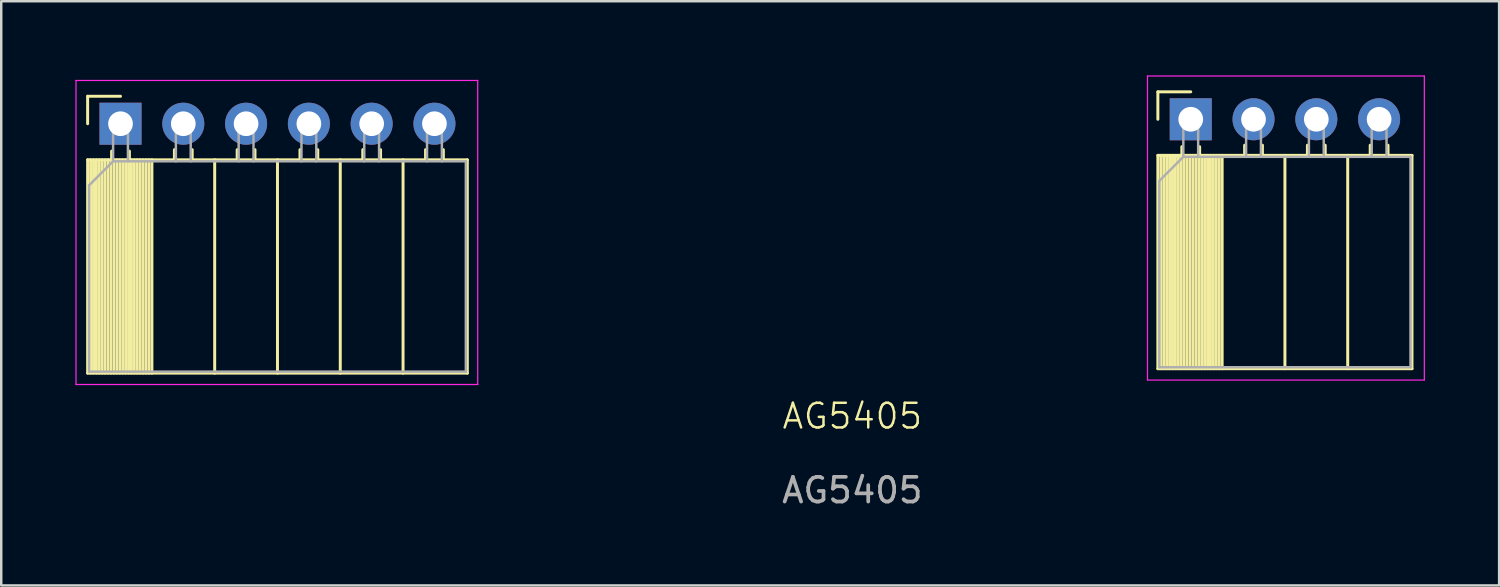
<source format=kicad_pcb>
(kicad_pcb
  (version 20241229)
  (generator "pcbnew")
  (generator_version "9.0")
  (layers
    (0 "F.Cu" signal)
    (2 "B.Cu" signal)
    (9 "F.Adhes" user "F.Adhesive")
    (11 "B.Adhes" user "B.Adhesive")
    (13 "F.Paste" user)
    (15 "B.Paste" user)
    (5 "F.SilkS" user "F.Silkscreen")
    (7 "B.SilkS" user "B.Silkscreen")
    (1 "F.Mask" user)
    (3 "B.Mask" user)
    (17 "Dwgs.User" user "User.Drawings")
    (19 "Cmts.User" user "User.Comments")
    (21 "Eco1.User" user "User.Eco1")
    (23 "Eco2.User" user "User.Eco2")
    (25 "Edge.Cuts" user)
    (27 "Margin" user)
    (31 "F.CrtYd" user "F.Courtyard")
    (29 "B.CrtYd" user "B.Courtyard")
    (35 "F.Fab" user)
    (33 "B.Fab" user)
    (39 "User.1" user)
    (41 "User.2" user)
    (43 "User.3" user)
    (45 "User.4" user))
  (footprint "AG5405"
    (layer "F.Cu")
    (at 31.5 0.885)
    (property "Reference" "AG5405" (at -0.07 12.9 0) (unlocked yes) (layer "F.SilkS") (effects (font (size 1 1) (thickness 0.1))))
    (attr smd)
    (fp_line (start -31.005 -0.04) (end -29.675 -0.04) (stroke (width 0.12) (type solid)) (layer "F.SilkS"))
    (fp_line (start -31.005 1.07) (end -31.005 -0.04) (stroke (width 0.12) (type solid)) (layer "F.SilkS"))
    (fp_line (start -31.005 2.53) (end -15.645 2.53) (stroke (width 0.12) (type solid)) (layer "F.SilkS"))
    (fp_line (start -31.005 11.16) (end -31.005 2.53) (stroke (width 0.12) (type solid)) (layer "F.SilkS"))
    (fp_line (start -31.005 11.16) (end -15.645 11.16) (stroke (width 0.12) (type solid)) (layer "F.SilkS"))
    (fp_line (start -30.885 11.16) (end -30.885 2.53) (stroke (width 0.12) (type solid)) (layer "F.SilkS"))
    (fp_line (start -30.767 11.16) (end -30.767 2.53) (stroke (width 0.12) (type solid)) (layer "F.SilkS"))
    (fp_line (start -30.649 11.16) (end -30.649 2.53) (stroke (width 0.12) (type solid)) (layer "F.SilkS"))
    (fp_line (start -30.531 11.16) (end -30.531 2.53) (stroke (width 0.12) (type solid)) (layer "F.SilkS"))
    (fp_line (start -30.413 11.16) (end -30.413 2.53) (stroke (width 0.12) (type solid)) (layer "F.SilkS"))
    (fp_line (start -30.295 11.16) (end -30.295 2.53) (stroke (width 0.12) (type solid)) (layer "F.SilkS"))
    (fp_line (start -30.176 11.16) (end -30.176 2.53) (stroke (width 0.12) (type solid)) (layer "F.SilkS"))
    (fp_line (start -30.058 11.16) (end -30.058 2.53) (stroke (width 0.12) (type solid)) (layer "F.SilkS"))
    (fp_line (start -30.035 2.53) (end -30.035 2.18) (stroke (width 0.12) (type solid)) (layer "F.SilkS"))
    (fp_line (start -29.94 11.16) (end -29.94 2.53) (stroke (width 0.12) (type solid)) (layer "F.SilkS"))
    (fp_line (start -29.822 11.16) (end -29.822 2.53) (stroke (width 0.12) (type solid)) (layer "F.SilkS"))
    (fp_line (start -29.704 11.16) (end -29.704 2.53) (stroke (width 0.12) (type solid)) (layer "F.SilkS"))
    (fp_line (start -29.586 11.16) (end -29.586 2.53) (stroke (width 0.12) (type solid)) (layer "F.SilkS"))
    (fp_line (start -29.468 11.16) (end -29.468 2.53) (stroke (width 0.12) (type solid)) (layer "F.SilkS"))
    (fp_line (start -29.35 11.16) (end -29.35 2.53) (stroke (width 0.12) (type solid)) (layer "F.SilkS"))
    (fp_line (start -29.315 2.53) (end -29.315 2.18) (stroke (width 0.12) (type solid)) (layer "F.SilkS"))
    (fp_line (start -29.232 11.16) (end -29.232 2.53) (stroke (width 0.12) (type solid)) (layer "F.SilkS"))
    (fp_line (start -29.114 11.16) (end -29.114 2.53) (stroke (width 0.12) (type solid)) (layer "F.SilkS"))
    (fp_line (start -28.995 11.16) (end -28.995 2.53) (stroke (width 0.12) (type solid)) (layer "F.SilkS"))
    (fp_line (start -28.877 11.16) (end -28.877 2.53) (stroke (width 0.12) (type solid)) (layer "F.SilkS"))
    (fp_line (start -28.759 11.16) (end -28.759 2.53) (stroke (width 0.12) (type solid)) (layer "F.SilkS"))
    (fp_line (start -28.641 11.16) (end -28.641 2.53) (stroke (width 0.12) (type solid)) (layer "F.SilkS"))
    (fp_line (start -28.523 11.16) (end -28.523 2.53) (stroke (width 0.12) (type solid)) (layer "F.SilkS"))
    (fp_line (start -28.405 11.16) (end -28.405 2.53) (stroke (width 0.12) (type solid)) (layer "F.SilkS"))
    (fp_line (start -27.495 2.53) (end -27.495 2.12) (stroke (width 0.12) (type solid)) (layer "F.SilkS"))
    (fp_line (start -26.775 2.53) (end -26.775 2.12) (stroke (width 0.12) (type solid)) (layer "F.SilkS"))
    (fp_line (start -25.865 11.16) (end -25.865 2.53) (stroke (width 0.12) (type solid)) (layer "F.SilkS"))
    (fp_line (start -24.955 2.53) (end -24.955 2.12) (stroke (width 0.12) (type solid)) (layer "F.SilkS"))
    (fp_line (start -24.235 2.53) (end -24.235 2.12) (stroke (width 0.12) (type solid)) (layer "F.SilkS"))
    (fp_line (start -23.325 11.16) (end -23.325 2.53) (stroke (width 0.12) (type solid)) (layer "F.SilkS"))
    (fp_line (start -22.415 2.53) (end -22.415 2.12) (stroke (width 0.12) (type solid)) (layer "F.SilkS"))
    (fp_line (start -21.695 2.53) (end -21.695 2.12) (stroke (width 0.12) (type solid)) (layer "F.SilkS"))
    (fp_line (start -20.785 11.16) (end -20.785 2.53) (stroke (width 0.12) (type solid)) (layer "F.SilkS"))
    (fp_line (start -19.875 2.53) (end -19.875 2.12) (stroke (width 0.12) (type solid)) (layer "F.SilkS"))
    (fp_line (start -19.155 2.53) (end -19.155 2.12) (stroke (width 0.12) (type solid)) (layer "F.SilkS"))
    (fp_line (start -18.245 11.16) (end -18.245 2.53) (stroke (width 0.12) (type solid)) (layer "F.SilkS"))
    (fp_line (start -17.335 2.53) (end -17.335 2.12) (stroke (width 0.12) (type solid)) (layer "F.SilkS"))
    (fp_line (start -16.615 2.53) (end -16.615 2.12) (stroke (width 0.12) (type solid)) (layer "F.SilkS"))
    (fp_line (start -15.645 11.16) (end -15.645 2.53) (stroke (width 0.12) (type solid)) (layer "F.SilkS"))
    (fp_line (start 12.29 -0.22) (end 13.62 -0.22) (stroke (width 0.12) (type solid)) (layer "F.SilkS"))
    (fp_line (start 12.29 0.89) (end 12.29 -0.22) (stroke (width 0.12) (type solid)) (layer "F.SilkS"))
    (fp_line (start 12.29 2.35) (end 22.57 2.35) (stroke (width 0.12) (type solid)) (layer "F.SilkS"))
    (fp_line (start 12.29 10.98) (end 12.29 2.35) (stroke (width 0.12) (type solid)) (layer "F.SilkS"))
    (fp_line (start 12.29 10.98) (end 22.57 10.98) (stroke (width 0.12) (type solid)) (layer "F.SilkS"))
    (fp_line (start 12.41 10.98) (end 12.41 2.35) (stroke (width 0.12) (type solid)) (layer "F.SilkS"))
    (fp_line (start 12.528 10.98) (end 12.528 2.35) (stroke (width 0.12) (type solid)) (layer "F.SilkS"))
    (fp_line (start 12.646 10.98) (end 12.646 2.35) (stroke (width 0.12) (type solid)) (layer "F.SilkS"))
    (fp_line (start 12.764 10.98) (end 12.764 2.35) (stroke (width 0.12) (type solid)) (layer "F.SilkS"))
    (fp_line (start 12.882 10.98) (end 12.882 2.35) (stroke (width 0.12) (type solid)) (layer "F.SilkS"))
    (fp_line (start 13 10.98) (end 13 2.35) (stroke (width 0.12) (type solid)) (layer "F.SilkS"))
    (fp_line (start 13.119 10.98) (end 13.119 2.35) (stroke (width 0.12) (type solid)) (layer "F.SilkS"))
    (fp_line (start 13.237 10.98) (end 13.237 2.35) (stroke (width 0.12) (type solid)) (layer "F.SilkS"))
    (fp_line (start 13.26 2.35) (end 13.26 2) (stroke (width 0.12) (type solid)) (layer "F.SilkS"))
    (fp_line (start 13.355 10.98) (end 13.355 2.35) (stroke (width 0.12) (type solid)) (layer "F.SilkS"))
    (fp_line (start 13.473 10.98) (end 13.473 2.35) (stroke (width 0.12) (type solid)) (layer "F.SilkS"))
    (fp_line (start 13.591 10.98) (end 13.591 2.35) (stroke (width 0.12) (type solid)) (layer "F.SilkS"))
    (fp_line (start 13.709 10.98) (end 13.709 2.35) (stroke (width 0.12) (type solid)) (layer "F.SilkS"))
    (fp_line (start 13.827 10.98) (end 13.827 2.35) (stroke (width 0.12) (type solid)) (layer "F.SilkS"))
    (fp_line (start 13.945 10.98) (end 13.945 2.35) (stroke (width 0.12) (type solid)) (layer "F.SilkS"))
    (fp_line (start 13.98 2.35) (end 13.98 2) (stroke (width 0.12) (type solid)) (layer "F.SilkS"))
    (fp_line (start 14.063 10.98) (end 14.063 2.35) (stroke (width 0.12) (type solid)) (layer "F.SilkS"))
    (fp_line (start 14.181 10.98) (end 14.181 2.35) (stroke (width 0.12) (type solid)) (layer "F.SilkS"))
    (fp_line (start 14.3 10.98) (end 14.3 2.35) (stroke (width 0.12) (type solid)) (layer "F.SilkS"))
    (fp_line (start 14.418 10.98) (end 14.418 2.35) (stroke (width 0.12) (type solid)) (layer "F.SilkS"))
    (fp_line (start 14.536 10.98) (end 14.536 2.35) (stroke (width 0.12) (type solid)) (layer "F.SilkS"))
    (fp_line (start 14.654 10.98) (end 14.654 2.35) (stroke (width 0.12) (type solid)) (layer "F.SilkS"))
    (fp_line (start 14.772 10.98) (end 14.772 2.35) (stroke (width 0.12) (type solid)) (layer "F.SilkS"))
    (fp_line (start 14.89 10.98) (end 14.89 2.35) (stroke (width 0.12) (type solid)) (layer "F.SilkS"))
    (fp_line (start 15.8 2.35) (end 15.8 1.94) (stroke (width 0.12) (type solid)) (layer "F.SilkS"))
    (fp_line (start 16.52 2.35) (end 16.52 1.94) (stroke (width 0.12) (type solid)) (layer "F.SilkS"))
    (fp_line (start 17.43 10.98) (end 17.43 2.35) (stroke (width 0.12) (type solid)) (layer "F.SilkS"))
    (fp_line (start 18.34 2.35) (end 18.34 1.94) (stroke (width 0.12) (type solid)) (layer "F.SilkS"))
    (fp_line (start 19.06 2.35) (end 19.06 1.94) (stroke (width 0.12) (type solid)) (layer "F.SilkS"))
    (fp_line (start 19.97 10.98) (end 19.97 2.35) (stroke (width 0.12) (type solid)) (layer "F.SilkS"))
    (fp_line (start 20.88 2.35) (end 20.88 1.94) (stroke (width 0.12) (type solid)) (layer "F.SilkS"))
    (fp_line (start 21.6 2.35) (end 21.6 1.94) (stroke (width 0.12) (type solid)) (layer "F.SilkS"))
    (fp_line (start 22.57 10.98) (end 22.57 2.35) (stroke (width 0.12) (type solid)) (layer "F.SilkS"))
    (fp_line (start -31.475 -0.68) (end -31.475 11.62) (stroke (width 0.05) (type solid)) (layer "F.CrtYd"))
    (fp_line (start -31.475 11.62) (end -15.225 11.62) (stroke (width 0.05) (type solid)) (layer "F.CrtYd"))
    (fp_line (start -15.225 -0.68) (end -31.475 -0.68) (stroke (width 0.05) (type solid)) (layer "F.CrtYd"))
    (fp_line (start -15.225 11.62) (end -15.225 -0.68) (stroke (width 0.05) (type solid)) (layer "F.CrtYd"))
    (fp_line (start 11.87 -0.86) (end 11.87 11.44) (stroke (width 0.05) (type solid)) (layer "F.CrtYd"))
    (fp_line (start 11.87 11.44) (end 23.07 11.44) (stroke (width 0.05) (type solid)) (layer "F.CrtYd"))
    (fp_line (start 23.07 -0.86) (end 11.87 -0.86) (stroke (width 0.05) (type solid)) (layer "F.CrtYd"))
    (fp_line (start 23.07 11.44) (end 23.07 -0.86) (stroke (width 0.05) (type solid)) (layer "F.CrtYd"))
    (fp_line (start -30.945 3.56) (end -29.975 2.59) (stroke (width 0.1) (type solid)) (layer "F.Fab"))
    (fp_line (start -30.945 11.1) (end -30.945 3.56) (stroke (width 0.1) (type solid)) (layer "F.Fab"))
    (fp_line (start -29.975 1.07) (end -29.975 2.59) (stroke (width 0.1) (type solid)) (layer "F.Fab"))
    (fp_line (start -29.975 2.59) (end -15.705 2.59) (stroke (width 0.1) (type solid)) (layer "F.Fab"))
    (fp_line (start -29.375 1.07) (end -29.975 1.07) (stroke (width 0.1) (type solid)) (layer "F.Fab"))
    (fp_line (start -29.375 2.59) (end -29.375 1.07) (stroke (width 0.1) (type solid)) (layer "F.Fab"))
    (fp_line (start -27.435 1.07) (end -27.435 2.59) (stroke (width 0.1) (type solid)) (layer "F.Fab"))
    (fp_line (start -26.835 1.07) (end -27.435 1.07) (stroke (width 0.1) (type solid)) (layer "F.Fab"))
    (fp_line (start -26.835 2.59) (end -26.835 1.07) (stroke (width 0.1) (type solid)) (layer "F.Fab"))
    (fp_line (start -24.895 1.07) (end -24.895 2.59) (stroke (width 0.1) (type solid)) (layer "F.Fab"))
    (fp_line (start -24.295 1.07) (end -24.895 1.07) (stroke (width 0.1) (type solid)) (layer "F.Fab"))
    (fp_line (start -24.295 2.59) (end -24.295 1.07) (stroke (width 0.1) (type solid)) (layer "F.Fab"))
    (fp_line (start -22.355 1.07) (end -22.355 2.59) (stroke (width 0.1) (type solid)) (layer "F.Fab"))
    (fp_line (start -21.755 1.07) (end -22.355 1.07) (stroke (width 0.1) (type solid)) (layer "F.Fab"))
    (fp_line (start -21.755 2.59) (end -21.755 1.07) (stroke (width 0.1) (type solid)) (layer "F.Fab"))
    (fp_line (start -19.815 1.07) (end -19.815 2.59) (stroke (width 0.1) (type solid)) (layer "F.Fab"))
    (fp_line (start -19.215 1.07) (end -19.815 1.07) (stroke (width 0.1) (type solid)) (layer "F.Fab"))
    (fp_line (start -19.215 2.59) (end -19.215 1.07) (stroke (width 0.1) (type solid)) (layer "F.Fab"))
    (fp_line (start -17.275 1.07) (end -17.275 2.59) (stroke (width 0.1) (type solid)) (layer "F.Fab"))
    (fp_line (start -16.675 1.07) (end -17.275 1.07) (stroke (width 0.1) (type solid)) (layer "F.Fab"))
    (fp_line (start -16.675 2.59) (end -16.675 1.07) (stroke (width 0.1) (type solid)) (layer "F.Fab"))
    (fp_line (start -15.705 2.59) (end -15.705 11.1) (stroke (width 0.1) (type solid)) (layer "F.Fab"))
    (fp_line (start -15.705 11.1) (end -30.945 11.1) (stroke (width 0.1) (type solid)) (layer "F.Fab"))
    (fp_line (start 12.35 3.38) (end 13.32 2.41) (stroke (width 0.1) (type solid)) (layer "F.Fab"))
    (fp_line (start 12.35 10.92) (end 12.35 3.38) (stroke (width 0.1) (type solid)) (layer "F.Fab"))
    (fp_line (start 13.32 0.89) (end 13.32 2.41) (stroke (width 0.1) (type solid)) (layer "F.Fab"))
    (fp_line (start 13.32 2.41) (end 22.51 2.41) (stroke (width 0.1) (type solid)) (layer "F.Fab"))
    (fp_line (start 13.92 0.89) (end 13.32 0.89) (stroke (width 0.1) (type solid)) (layer "F.Fab"))
    (fp_line (start 13.92 2.41) (end 13.92 0.89) (stroke (width 0.1) (type solid)) (layer "F.Fab"))
    (fp_line (start 15.86 0.89) (end 15.86 2.41) (stroke (width 0.1) (type solid)) (layer "F.Fab"))
    (fp_line (start 16.46 0.89) (end 15.86 0.89) (stroke (width 0.1) (type solid)) (layer "F.Fab"))
    (fp_line (start 16.46 2.41) (end 16.46 0.89) (stroke (width 0.1) (type solid)) (layer "F.Fab"))
    (fp_line (start 18.4 0.89) (end 18.4 2.41) (stroke (width 0.1) (type solid)) (layer "F.Fab"))
    (fp_line (start 19 0.89) (end 18.4 0.89) (stroke (width 0.1) (type solid)) (layer "F.Fab"))
    (fp_line (start 19 2.41) (end 19 0.89) (stroke (width 0.1) (type solid)) (layer "F.Fab"))
    (fp_line (start 20.94 0.89) (end 20.94 2.41) (stroke (width 0.1) (type solid)) (layer "F.Fab"))
    (fp_line (start 21.54 0.89) (end 20.94 0.89) (stroke (width 0.1) (type solid)) (layer "F.Fab"))
    (fp_line (start 21.54 2.41) (end 21.54 0.89) (stroke (width 0.1) (type solid)) (layer "F.Fab"))
    (fp_line (start 22.51 2.41) (end 22.51 10.92) (stroke (width 0.1) (type solid)) (layer "F.Fab"))
    (fp_line (start 22.51 10.92) (end 12.35 10.92) (stroke (width 0.1) (type solid)) (layer "F.Fab"))
    (fp_text user "${REFERENCE}" (at -0.07 15.9 0) (unlocked yes) (layer "F.Fab") (effects (font (size 1 1) (thickness 0.15))))
    (pad "1" thru_hole rect (at -29.675 1.07 90) (size 1.7 1.7) (drill 1) (layers "*.Cu" "*.Mask"))
    (pad "2" thru_hole oval (at -27.135 1.07 90) (size 1.7 1.7) (drill 1) (layers "*.Cu" "*.Mask"))
    (pad "3" thru_hole oval (at -24.595 1.07 90) (size 1.7 1.7) (drill 1) (layers "*.Cu" "*.Mask"))
    (pad "4" thru_hole oval (at -22.055 1.07 90) (size 1.7 1.7) (drill 1) (layers "*.Cu" "*.Mask"))
    (pad "5" thru_hole oval (at -19.515 1.07 90) (size 1.7 1.7) (drill 1) (layers "*.Cu" "*.Mask"))
    (pad "6" thru_hole oval (at -16.975 1.07 90) (size 1.7 1.7) (drill 1) (layers "*.Cu" "*.Mask"))
    (pad "7" thru_hole rect (at 13.62 0.89 90) (size 1.7 1.7) (drill 1) (layers "*.Cu" "*.Mask"))
    (pad "8" thru_hole oval (at 16.16 0.89 90) (size 1.7 1.7) (drill 1) (layers "*.Cu" "*.Mask"))
    (pad "9" thru_hole oval (at 18.7 0.89 90) (size 1.7 1.7) (drill 1) (layers "*.Cu" "*.Mask"))
    (pad "10" thru_hole oval (at 21.24 0.89 90) (size 1.7 1.7) (drill 1) (layers "*.Cu" "*.Mask")))
  (gr_rect
    (start -3 -3)
    (end 57.595 20.633)
    (stroke (width 0.1) (type default))
    (fill no)
    (layer "Edge.Cuts")))
</source>
